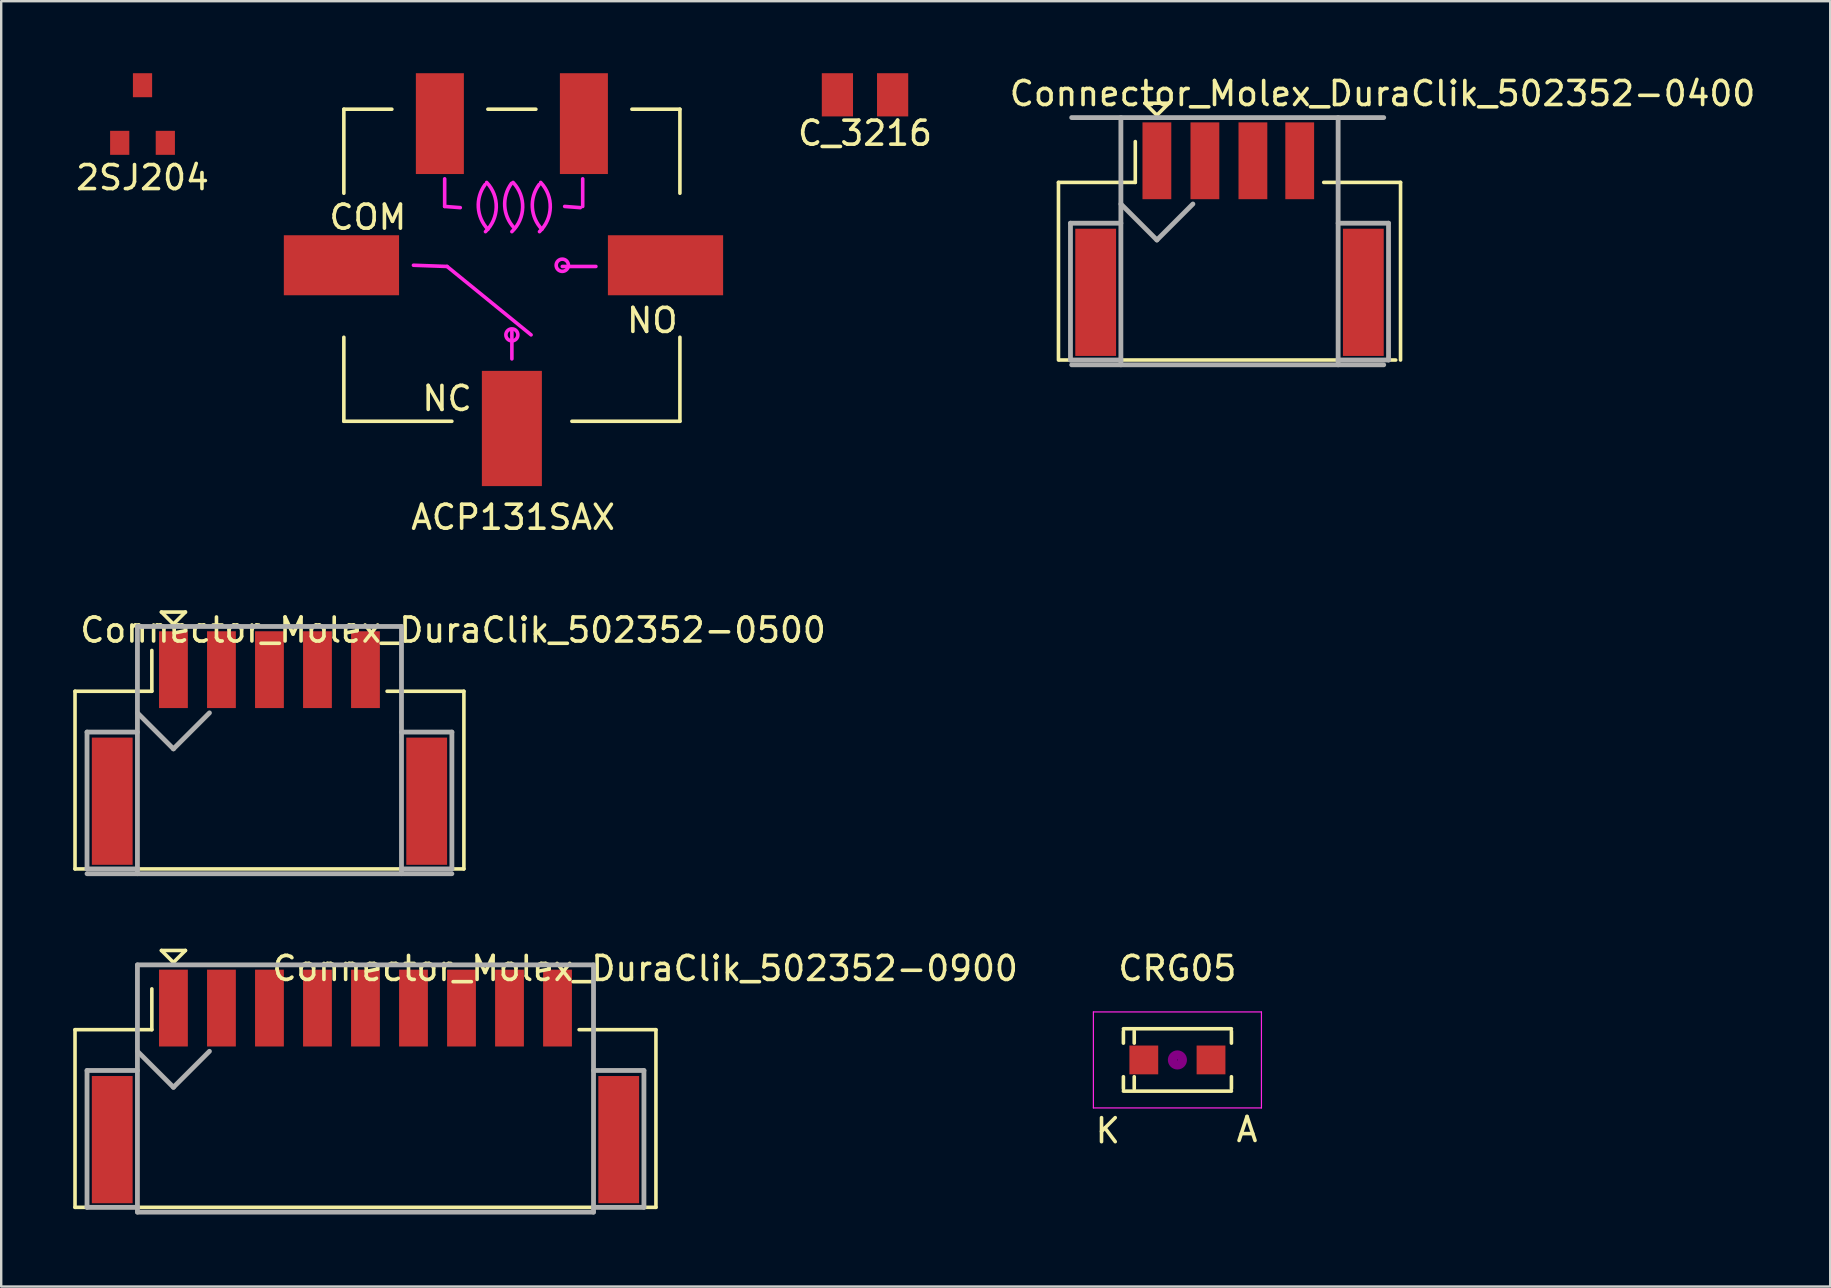
<source format=kicad_pcb>
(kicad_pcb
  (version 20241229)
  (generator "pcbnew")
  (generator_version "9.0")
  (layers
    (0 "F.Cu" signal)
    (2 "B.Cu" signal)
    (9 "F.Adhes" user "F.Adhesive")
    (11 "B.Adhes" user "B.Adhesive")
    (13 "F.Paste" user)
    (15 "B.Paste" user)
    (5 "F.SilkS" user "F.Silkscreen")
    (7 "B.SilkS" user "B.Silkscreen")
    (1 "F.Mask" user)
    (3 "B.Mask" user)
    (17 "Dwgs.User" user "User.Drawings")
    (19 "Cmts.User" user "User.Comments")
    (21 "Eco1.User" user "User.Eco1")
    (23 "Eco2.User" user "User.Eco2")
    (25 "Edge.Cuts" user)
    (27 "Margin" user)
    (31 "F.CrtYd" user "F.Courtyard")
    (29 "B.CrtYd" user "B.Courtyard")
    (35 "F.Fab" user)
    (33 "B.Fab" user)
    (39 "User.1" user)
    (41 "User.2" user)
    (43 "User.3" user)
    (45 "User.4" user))
  (footprint "Connector_Molex_DuraClik_502352-0400"
    (layer "F.Cu")
    (at 48.094 6.548)
    (property "Reference" "Connector_Molex_DuraClik_502352-0400" (at 6.45 -5.7 0) (layer "F.SilkS") (effects (font (size 1 1) (thickness 0.15))))
    (attr through_hole)
    (fp_line (start -7.05 -2) (end -7.05 5.4) (stroke (width 0.15) (type solid)) (layer "F.SilkS"))
    (fp_line (start -7 5.4) (end 7 5.4) (stroke (width 0.15) (type solid)) (layer "F.SilkS"))
    (fp_line (start -3.85 -3.7) (end -3.85 -2) (stroke (width 0.15) (type solid)) (layer "F.SilkS"))
    (fp_line (start -3.85 -2) (end -7.05 -2) (stroke (width 0.15) (type solid)) (layer "F.SilkS"))
    (fp_line (start -3.45 -5.3) (end -2.45 -5.3) (stroke (width 0.15) (type solid)) (layer "F.SilkS"))
    (fp_line (start -2.95 -4.8) (end -3.45 -5.3) (stroke (width 0.15) (type solid)) (layer "F.SilkS"))
    (fp_line (start -2.45 -5.3) (end -2.95 -4.8) (stroke (width 0.15) (type solid)) (layer "F.SilkS"))
    (fp_line (start 7.2 -2) (end 4 -2) (stroke (width 0.15) (type solid)) (layer "F.SilkS"))
    (fp_line (start 7.2 5.4) (end 7.2 -2) (stroke (width 0.15) (type solid)) (layer "F.SilkS"))
    (fp_line (start -6.55 -0.3) (end -6.55 5.4) (stroke (width 0.2) (type solid)) (layer "F.Fab"))
    (fp_line (start -6.55 5.4) (end -4.45 5.4) (stroke (width 0.2) (type solid)) (layer "F.Fab"))
    (fp_line (start -6.5 5.6) (end 6.5 5.6) (stroke (width 0.2) (type solid)) (layer "F.Fab"))
    (fp_line (start -4.45 -4.7) (end -4.45 5.6) (stroke (width 0.2) (type solid)) (layer "F.Fab"))
    (fp_line (start -4.45 -1.1) (end -2.95 0.4) (stroke (width 0.2) (type solid)) (layer "F.Fab"))
    (fp_line (start -4.45 -0.3) (end -6.55 -0.3) (stroke (width 0.2) (type solid)) (layer "F.Fab"))
    (fp_line (start -2.95 0.4) (end -1.45 -1.1) (stroke (width 0.2) (type solid)) (layer "F.Fab"))
    (fp_line (start 4.6 -0.3) (end 6.7 -0.3) (stroke (width 0.2) (type solid)) (layer "F.Fab"))
    (fp_line (start 4.6 5.6) (end 4.6 -4.7) (stroke (width 0.2) (type solid)) (layer "F.Fab"))
    (fp_line (start 6.5 -4.7) (end -6.5 -4.7) (stroke (width 0.2) (type solid)) (layer "F.Fab"))
    (fp_line (start 6.7 -0.3) (end 6.7 5.4) (stroke (width 0.2) (type solid)) (layer "F.Fab"))
    (fp_line (start 6.7 5.4) (end 4.6 5.4) (stroke (width 0.2) (type solid)) (layer "F.Fab"))
    (pad "" smd rect (at -5.5 2.58) (size 1.7 5.3) (layers "F.Cu" "F.Mask" "F.Paste"))
    (pad "" smd rect (at 5.65 2.58) (size 1.7 5.3) (layers "F.Cu" "F.Mask" "F.Paste"))
    (pad "1" smd rect (at -2.95 -2.9) (size 1.2 3.2) (layers "F.Cu" "F.Mask" "F.Paste"))
    (pad "2" smd rect (at -0.95 -2.9) (size 1.2 3.2) (layers "F.Cu" "F.Mask" "F.Paste"))
    (pad "3" smd rect (at 1.05 -2.9) (size 1.2 3.2) (layers "F.Cu" "F.Mask" "F.Paste"))
    (pad "4" smd rect (at 3 -2.9) (size 1.2 3.2) (layers "F.Cu" "F.Mask" "F.Paste")))
  (footprint "Connector_Molex_DuraClik_502352-0900"
    (layer "F.Cu")
    (at 12.175 41.845)
    (property "Reference" "Connector_Molex_DuraClik_502352-0900" (at 11.65 -4.55 0) (layer "F.SilkS") (effects (font (size 1 1) (thickness 0.15))))
    (attr through_hole)
    (fp_line (start -12.1 -2) (end -12.1 5.4) (stroke (width 0.15) (type solid)) (layer "F.SilkS"))
    (fp_line (start -12.1 5.4) (end 12.1 5.4) (stroke (width 0.15) (type solid)) (layer "F.SilkS"))
    (fp_line (start -8.9 -3.7) (end -8.9 -2) (stroke (width 0.15) (type solid)) (layer "F.SilkS"))
    (fp_line (start -8.9 -2) (end -12.1 -2) (stroke (width 0.15) (type solid)) (layer "F.SilkS"))
    (fp_line (start -8.5 -5.3) (end -7.5 -5.3) (stroke (width 0.15) (type solid)) (layer "F.SilkS"))
    (fp_line (start -8 -4.8) (end -8.5 -5.3) (stroke (width 0.15) (type solid)) (layer "F.SilkS"))
    (fp_line (start -7.5 -5.3) (end -8 -4.8) (stroke (width 0.15) (type solid)) (layer "F.SilkS"))
    (fp_line (start 12.1 -2) (end 8.9 -2) (stroke (width 0.15) (type solid)) (layer "F.SilkS"))
    (fp_line (start 12.1 5.4) (end 12.1 -2) (stroke (width 0.15) (type solid)) (layer "F.SilkS"))
    (fp_line (start -11.6 -0.3) (end -11.6 5.4) (stroke (width 0.2) (type solid)) (layer "F.Fab"))
    (fp_line (start -11.6 5.4) (end -9.5 5.4) (stroke (width 0.2) (type solid)) (layer "F.Fab"))
    (fp_line (start -9.5 -4.7) (end -9.5 5.6) (stroke (width 0.2) (type solid)) (layer "F.Fab"))
    (fp_line (start -9.5 -1.1) (end -8 0.4) (stroke (width 0.2) (type solid)) (layer "F.Fab"))
    (fp_line (start -9.5 -0.3) (end -11.6 -0.3) (stroke (width 0.2) (type solid)) (layer "F.Fab"))
    (fp_line (start -9.5 5.6) (end 9.5 5.6) (stroke (width 0.2) (type solid)) (layer "F.Fab"))
    (fp_line (start -8 0.4) (end -6.5 -1.1) (stroke (width 0.2) (type solid)) (layer "F.Fab"))
    (fp_line (start 9.5 -4.7) (end -9.5 -4.7) (stroke (width 0.2) (type solid)) (layer "F.Fab"))
    (fp_line (start 9.5 -0.3) (end 11.6 -0.3) (stroke (width 0.2) (type solid)) (layer "F.Fab"))
    (fp_line (start 9.5 5.6) (end 9.5 -4.7) (stroke (width 0.2) (type solid)) (layer "F.Fab"))
    (fp_line (start 11.6 -0.3) (end 11.6 5.4) (stroke (width 0.2) (type solid)) (layer "F.Fab"))
    (fp_line (start 11.6 5.4) (end 9.5 5.4) (stroke (width 0.2) (type solid)) (layer "F.Fab"))
    (pad "" smd rect (at -10.55 2.58) (size 1.7 5.3) (layers "F.Cu" "F.Mask" "F.Paste"))
    (pad "" smd rect (at 10.55 2.58) (size 1.7 5.3) (layers "F.Cu" "F.Mask" "F.Paste"))
    (pad "1" smd rect (at -8 -2.9) (size 1.2 3.2) (layers "F.Cu" "F.Mask" "F.Paste"))
    (pad "2" smd rect (at -6 -2.9) (size 1.2 3.2) (layers "F.Cu" "F.Mask" "F.Paste"))
    (pad "3" smd rect (at -4 -2.9) (size 1.2 3.2) (layers "F.Cu" "F.Mask" "F.Paste"))
    (pad "4" smd rect (at -2 -2.9) (size 1.2 3.2) (layers "F.Cu" "F.Mask" "F.Paste"))
    (pad "5" smd rect (at 0 -2.9) (size 1.2 3.2) (layers "F.Cu" "F.Mask" "F.Paste"))
    (pad "6" smd rect (at 2 -2.9) (size 1.2 3.2) (layers "F.Cu" "F.Mask" "F.Paste"))
    (pad "7" smd rect (at 4 -2.9) (size 1.2 3.2) (layers "F.Cu" "F.Mask" "F.Paste"))
    (pad "8" smd rect (at 6 -2.9) (size 1.2 3.2) (layers "F.Cu" "F.Mask" "F.Paste"))
    (pad "9" smd rect (at 8 -2.9) (size 1.2 3.2) (layers "F.Cu" "F.Mask" "F.Paste")))
  (footprint "C_3216"
    (layer "F.Cu")
    (at 32.985 0.9)
    (property "Reference" "C_3216" (at 0 1.6 0) (layer "F.SilkS") (effects (font (size 1 1) (thickness 0.15))))
    (attr through_hole)
    (pad "1" smd rect (at -1.15 0) (size 1.3 1.8) (layers "F.Cu" "F.Mask" "F.Paste"))
    (pad "2" smd rect (at 1.15 0) (size 1.3 1.8) (layers "F.Cu" "F.Mask" "F.Paste")))
  (footprint "ACP131SAX"
    (layer "F.Cu")
    (at 18.274 8)
    (property "Reference" "ACP131SAX" (at 0.05 10.5 0) (layer "F.SilkS") (effects (font (size 1 1) (thickness 0.15))))
    (attr through_hole)
    (fp_line (start -7 -6.5) (end -5 -6.5) (stroke (width 0.15) (type solid)) (layer "F.SilkS"))
    (fp_line (start -7 -3) (end -7 -6.5) (stroke (width 0.15) (type solid)) (layer "F.SilkS"))
    (fp_line (start -7 6.5) (end -7 3) (stroke (width 0.15) (type solid)) (layer "F.SilkS"))
    (fp_line (start -2.5 6.5) (end -7 6.5) (stroke (width 0.15) (type solid)) (layer "F.SilkS"))
    (fp_line (start -1 -6.5) (end 1 -6.5) (stroke (width 0.15) (type solid)) (layer "F.SilkS"))
    (fp_line (start 5 -6.5) (end 7 -6.5) (stroke (width 0.15) (type solid)) (layer "F.SilkS"))
    (fp_line (start 7 -6.5) (end 7 -3) (stroke (width 0.15) (type solid)) (layer "F.SilkS"))
    (fp_line (start 7 3) (end 7 6.5) (stroke (width 0.15) (type solid)) (layer "F.SilkS"))
    (fp_line (start 7 6.5) (end 2.5 6.5) (stroke (width 0.15) (type solid)) (layer "F.SilkS"))
    (fp_line (start -4.1 0) (end -2.7 0.05) (stroke (width 0.15) (type solid)) (layer "F.CrtYd"))
    (fp_line (start -2.8 -3.6) (end -2.8 -2.45) (stroke (width 0.15) (type solid)) (layer "F.CrtYd"))
    (fp_line (start -2.8 -2.45) (end -2.15 -2.4) (stroke (width 0.15) (type solid)) (layer "F.CrtYd"))
    (fp_line (start -2.7 0.05) (end 0.8 2.9) (stroke (width 0.15) (type solid)) (layer "F.CrtYd"))
    (fp_line (start 0 3.9) (end 0 2.75) (stroke (width 0.15) (type solid)) (layer "F.CrtYd"))
    (fp_line (start 2.2 -2.45) (end 2.85 -2.4) (stroke (width 0.15) (type solid)) (layer "F.CrtYd"))
    (fp_line (start 2.95 -3.6) (end 2.95 -2.45) (stroke (width 0.15) (type solid)) (layer "F.CrtYd"))
    (fp_line (start 3.5 0.05) (end 2.1 0.05) (stroke (width 0.15) (type solid)) (layer "F.CrtYd"))
    (fp_arc (start -1.05 -3.45) (mid -0.650431 -2.414645) (end -1.1 -1.4) (stroke (width 0.15) (type solid)) (layer "F.CrtYd"))
    (fp_arc (start -1 -1.5) (mid -1.397134 -2.408883) (end -1.117138 -3.3604) (stroke (width 0.15) (type solid)) (layer "F.CrtYd"))
    (fp_arc (start 0.05 -3.45) (mid 0.449569 -2.414645) (end 0 -1.4) (stroke (width 0.15) (type solid)) (layer "F.CrtYd"))
    (fp_arc (start 0.1 -1.55) (mid -0.297134 -2.458883) (end -0.017138 -3.4104) (stroke (width 0.15) (type solid)) (layer "F.CrtYd"))
    (fp_arc (start 1.2 -3.45) (mid 1.599569 -2.414645) (end 1.15 -1.4) (stroke (width 0.15) (type solid)) (layer "F.CrtYd"))
    (fp_arc (start 1.25 -1.5) (mid 0.852866 -2.408883) (end 1.132862 -3.3604) (stroke (width 0.15) (type solid)) (layer "F.CrtYd"))
    (fp_circle (center 0 2.9) (end 0.15 3.1) (stroke (width 0.15) (type solid)) (fill no) (layer "F.CrtYd"))
    (fp_circle (center 2.1 0) (end 2.15 0.25) (stroke (width 0.15) (type solid)) (fill no) (layer "F.CrtYd"))
    (fp_text user "NO" (at 5.85 2.3 0) (layer "F.SilkS") (effects (font (size 1 1) (thickness 0.15))))
    (fp_text user "NC" (at -2.7 5.55 0) (layer "F.SilkS") (effects (font (size 1 1) (thickness 0.15))))
    (fp_text user "COM" (at -6 -2 0) (layer "F.SilkS") (effects (font (size 1 1) (thickness 0.15))))
    (pad "1" smd rect (at -3 -5.9) (size 2 4.2) (layers "F.Cu" "F.Mask" "F.Paste"))
    (pad "2" smd rect (at 3 -5.9) (size 2 4.2) (layers "F.Cu" "F.Mask" "F.Paste"))
    (pad "3" smd rect (at -7.1 0) (size 4.8 2.5) (layers "F.Cu" "F.Mask" "F.Paste"))
    (pad "4" smd rect (at 6.4 0) (size 4.8 2.5) (layers "F.Cu" "F.Mask" "F.Paste"))
    (pad "5" smd rect (at 0 6.8) (size 2.5 4.8) (layers "F.Cu" "F.Mask" "F.Paste")))
  (footprint "CRG05"
    (layer "F.Cu")
    (at 45.999 41.105)
    (property "Reference" "CRG05" (at 0 -3.81 0) (layer "F.SilkS") (effects (font (size 1 1) (thickness 0.15))))
    (attr smd)
    (fp_line (start -2.25 -1.3) (end 2.25 -1.3) (stroke (width 0.15) (type solid)) (layer "F.SilkS"))
    (fp_line (start -2.25 -0.7) (end -2.25 -1.2) (stroke (width 0.15) (type solid)) (layer "F.SilkS"))
    (fp_line (start -2.25 1.2) (end -2.25 0.7) (stroke (width 0.15) (type solid)) (layer "F.SilkS"))
    (fp_line (start -2.25 1.3) (end 2.25 1.3) (stroke (width 0.15) (type solid)) (layer "F.SilkS"))
    (fp_line (start -1.799 -1.2) (end -1.799 -0.7) (stroke (width 0.15) (type solid)) (layer "F.SilkS"))
    (fp_line (start -1.799 1.2) (end -1.799 0.7) (stroke (width 0.15) (type solid)) (layer "F.SilkS"))
    (fp_line (start 2.25 -1.2) (end 2.25 -0.7) (stroke (width 0.15) (type solid)) (layer "F.SilkS"))
    (fp_line (start 2.25 1.2) (end 2.25 0.7) (stroke (width 0.15) (type solid)) (layer "F.SilkS"))
    (fp_circle (center 0 0) (end 0.201 -0.051) (stroke (width 0.381) (type solid)) (fill no) (layer "F.Adhes"))
    (fp_line (start -3.5 -2) (end 3.5 -2) (stroke (width 0.05) (type solid)) (layer "F.CrtYd"))
    (fp_line (start -3.5 2) (end -3.5 -2) (stroke (width 0.05) (type solid)) (layer "F.CrtYd"))
    (fp_line (start 3.5 -2) (end 3.5 2) (stroke (width 0.05) (type solid)) (layer "F.CrtYd"))
    (fp_line (start 3.5 2) (end -3.5 2) (stroke (width 0.05) (type solid)) (layer "F.CrtYd"))
    (fp_text user "K" (at -2.9 2.95 0) (layer "F.SilkS") (effects (font (size 1 1) (thickness 0.15))))
    (fp_text user "A" (at 2.9 2.9 0) (layer "F.SilkS") (effects (font (size 1 1) (thickness 0.15))))
    (pad "1" smd rect (at -1.4 0) (size 1.2 1.2) (layers "F.Cu" "F.Mask" "F.Paste"))
    (pad "2" smd rect (at 1.4 0) (size 1.2 1.2) (layers "F.Cu" "F.Mask" "F.Paste")))
  (footprint "Connector_Molex_DuraClik_502352-0500"
    (layer "F.Cu")
    (at 8.175 27.747)
    (property "Reference" "Connector_Molex_DuraClik_502352-0500" (at 7.65 -4.55 0) (layer "F.SilkS") (effects (font (size 1 1) (thickness 0.15))))
    (attr through_hole)
    (fp_line (start -8.1 -2) (end -8.1 5.4) (stroke (width 0.15) (type solid)) (layer "F.SilkS"))
    (fp_line (start -8.1 5.4) (end 8.1 5.4) (stroke (width 0.15) (type solid)) (layer "F.SilkS"))
    (fp_line (start -4.9 -3.7) (end -4.9 -2) (stroke (width 0.15) (type solid)) (layer "F.SilkS"))
    (fp_line (start -4.9 -2) (end -8.1 -2) (stroke (width 0.15) (type solid)) (layer "F.SilkS"))
    (fp_line (start -4.5 -5.3) (end -3.5 -5.3) (stroke (width 0.15) (type solid)) (layer "F.SilkS"))
    (fp_line (start -4 -4.8) (end -4.5 -5.3) (stroke (width 0.15) (type solid)) (layer "F.SilkS"))
    (fp_line (start -3.5 -5.3) (end -4 -4.8) (stroke (width 0.15) (type solid)) (layer "F.SilkS"))
    (fp_line (start 8.1 -2) (end 4.9 -2) (stroke (width 0.15) (type solid)) (layer "F.SilkS"))
    (fp_line (start 8.1 5.4) (end 8.1 -2) (stroke (width 0.15) (type solid)) (layer "F.SilkS"))
    (fp_line (start -7.6 -0.3) (end -7.6 5.4) (stroke (width 0.2) (type solid)) (layer "F.Fab"))
    (fp_line (start -7.6 5.4) (end -5.5 5.4) (stroke (width 0.2) (type solid)) (layer "F.Fab"))
    (fp_line (start -7.6 5.6) (end 7.6 5.6) (stroke (width 0.2) (type solid)) (layer "F.Fab"))
    (fp_line (start -5.5 -4.7) (end -5.5 5.6) (stroke (width 0.2) (type solid)) (layer "F.Fab"))
    (fp_line (start -5.5 -1.1) (end -4 0.4) (stroke (width 0.2) (type solid)) (layer "F.Fab"))
    (fp_line (start -5.5 -0.3) (end -7.6 -0.3) (stroke (width 0.2) (type solid)) (layer "F.Fab"))
    (fp_line (start -4 0.4) (end -2.5 -1.1) (stroke (width 0.2) (type solid)) (layer "F.Fab"))
    (fp_line (start 5.5 -4.7) (end -5.5 -4.7) (stroke (width 0.2) (type solid)) (layer "F.Fab"))
    (fp_line (start 5.5 -0.3) (end 7.6 -0.3) (stroke (width 0.2) (type solid)) (layer "F.Fab"))
    (fp_line (start 5.5 5.6) (end 5.5 -4.7) (stroke (width 0.2) (type solid)) (layer "F.Fab"))
    (fp_line (start 7.6 -0.3) (end 7.6 5.4) (stroke (width 0.2) (type solid)) (layer "F.Fab"))
    (fp_line (start 7.6 5.4) (end 5.5 5.4) (stroke (width 0.2) (type solid)) (layer "F.Fab"))
    (pad "" smd rect (at -6.55 2.58) (size 1.7 5.3) (layers "F.Cu" "F.Mask" "F.Paste"))
    (pad "" smd rect (at 6.55 2.58) (size 1.7 5.3) (layers "F.Cu" "F.Mask" "F.Paste"))
    (pad "1" smd rect (at -4 -2.9) (size 1.2 3.2) (layers "F.Cu" "F.Mask" "F.Paste"))
    (pad "2" smd rect (at -2 -2.9) (size 1.2 3.2) (layers "F.Cu" "F.Mask" "F.Paste"))
    (pad "3" smd rect (at 0 -2.9) (size 1.2 3.2) (layers "F.Cu" "F.Mask" "F.Paste"))
    (pad "4" smd rect (at 2 -2.9) (size 1.2 3.2) (layers "F.Cu" "F.Mask" "F.Paste"))
    (pad "5" smd rect (at 4 -2.9) (size 1.2 3.2) (layers "F.Cu" "F.Mask" "F.Paste")))
  (footprint "2SJ204"
    (layer "F.Cu")
    (at 2.887 1.7)
    (property "Reference" "2SJ204" (at 0 2.65 0) (layer "F.SilkS") (effects (font (size 1 1) (thickness 0.15))))
    (attr through_hole)
    (pad "1" smd rect (at 0 -1.2) (size 0.8 1) (layers "F.Cu" "F.Mask" "F.Paste"))
    (pad "2" smd rect (at -0.95 1.2) (size 0.8 1) (layers "F.Cu" "F.Mask" "F.Paste"))
    (pad "3" smd rect (at 0.95 1.2) (size 0.8 1) (layers "F.Cu" "F.Mask" "F.Paste")))
  (gr_rect
    (start -3 -3)
    (end 73.193 50.545)
    (stroke (width 0.1) (type default))
    (fill no)
    (layer "Edge.Cuts")))
</source>
